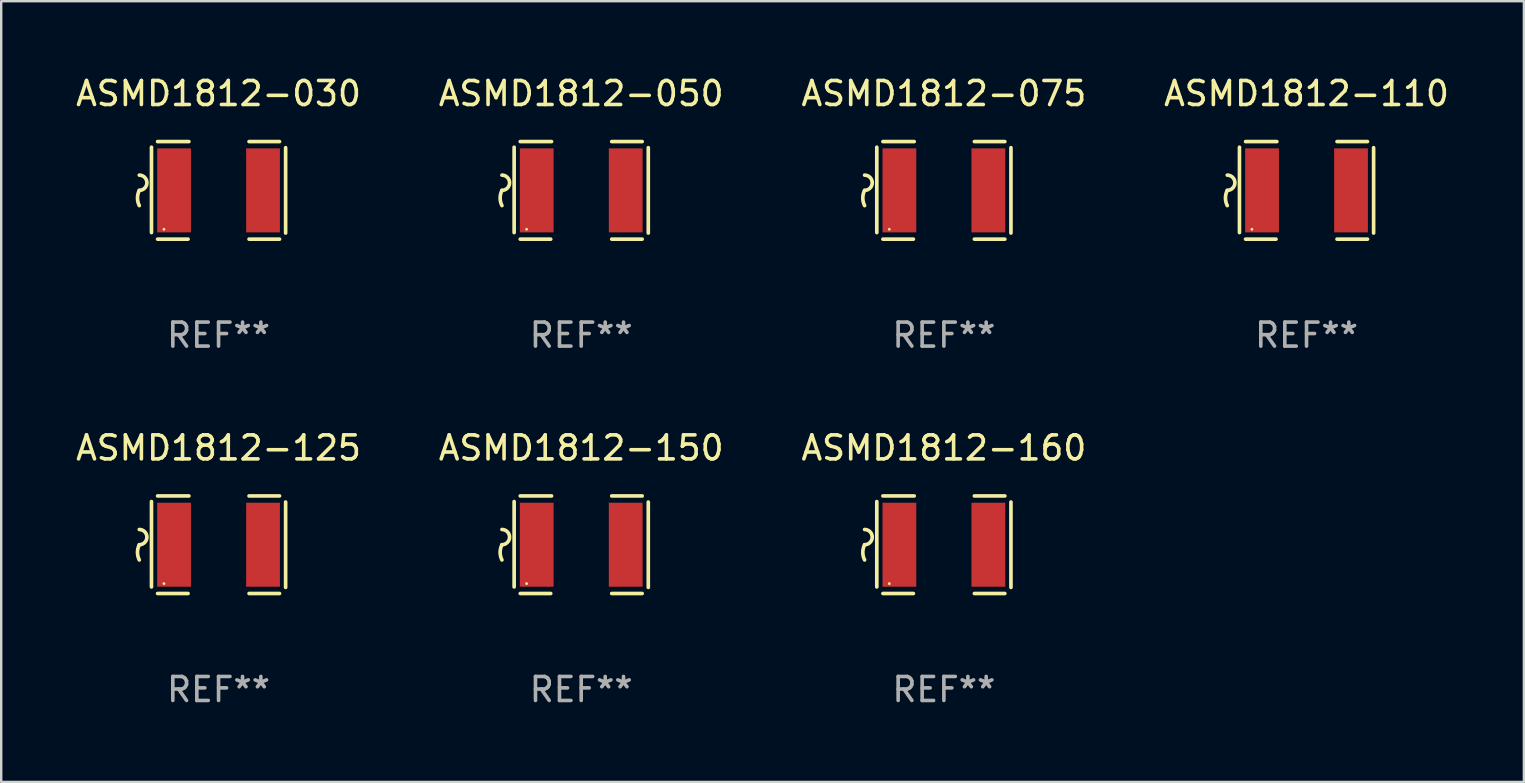
<source format=kicad_pcb>
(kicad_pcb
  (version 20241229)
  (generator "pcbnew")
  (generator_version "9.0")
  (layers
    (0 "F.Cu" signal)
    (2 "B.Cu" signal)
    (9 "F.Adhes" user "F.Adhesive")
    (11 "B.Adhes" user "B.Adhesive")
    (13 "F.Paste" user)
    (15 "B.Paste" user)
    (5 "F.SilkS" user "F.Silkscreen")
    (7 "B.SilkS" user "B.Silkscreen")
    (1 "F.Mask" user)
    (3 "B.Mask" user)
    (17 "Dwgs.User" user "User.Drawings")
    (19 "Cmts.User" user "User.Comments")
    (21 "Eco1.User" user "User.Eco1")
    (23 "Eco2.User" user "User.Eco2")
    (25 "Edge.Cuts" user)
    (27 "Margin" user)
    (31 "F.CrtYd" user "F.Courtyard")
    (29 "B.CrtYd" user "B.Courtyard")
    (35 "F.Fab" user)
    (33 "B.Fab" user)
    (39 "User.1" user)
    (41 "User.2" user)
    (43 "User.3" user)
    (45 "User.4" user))
  (footprint "ASMD1812-030"
    (layer "F.Cu")
    (at 6.054 4.88)
    (property "Reference" "ASMD1812-030" (at 0 -4.032 0) (layer "F.SilkS") (effects (font (size 1 1) (thickness 0.15))))
    (attr through_hole)
    (fp_line (start -2.794 -1.798) (end -2.794 1.758) (stroke (width 0.152) (type solid)) (layer "F.SilkS"))
    (fp_line (start -2.54 -2.032) (end -1.235 -2.032) (stroke (width 0.152) (type solid)) (layer "F.SilkS"))
    (fp_line (start -1.27 2.032) (end -2.54 2.032) (stroke (width 0.152) (type solid)) (layer "F.SilkS"))
    (fp_line (start 1.27 2.032) (end 2.54 2.032) (stroke (width 0.152) (type solid)) (layer "F.SilkS"))
    (fp_line (start 2.54 -2.032) (end 1.27 -2.032) (stroke (width 0.152) (type solid)) (layer "F.SilkS"))
    (fp_line (start 2.794 -1.778) (end 2.794 1.778) (stroke (width 0.152) (type solid)) (layer "F.SilkS"))
    (fp_arc (start -3.302007 -0.635002) (mid -2.984506 -0.317501) (end -3.302007 0) (stroke (width 0.151994) (type solid)) (layer "F.SilkS"))
    (fp_arc (start -3.302007 0.635002) (mid -3.376959 0.317501) (end -3.302007 0) (stroke (width 0.151994) (type solid)) (layer "F.SilkS"))
    (fp_circle (center -2.275 1.62) (end -2.245 1.62) (stroke (width 0.06) (type solid)) (fill no) (layer "F.SilkS"))
    (fp_text user "REF**" (at 0 6.032 0) (layer "F.Fab") (effects (font (size 1 1) (thickness 0.15))))
    (pad "1" smd rect (at -1.853 0) (size 1.407 3.499) (layers "F.Cu" "F.Mask" "F.Paste"))
    (pad "2" smd rect (at 1.853 0) (size 1.407 3.499) (layers "F.Cu" "F.Mask" "F.Paste")))
  (footprint "ASMD1812-110"
    (layer "F.Cu")
    (at 51.375 4.88)
    (property "Reference" "ASMD1812-110" (at 0 -4.032 0) (layer "F.SilkS") (effects (font (size 1 1) (thickness 0.15))))
    (attr through_hole)
    (fp_line (start -2.794 -1.798) (end -2.794 1.758) (stroke (width 0.152) (type solid)) (layer "F.SilkS"))
    (fp_line (start -2.54 -2.032) (end -1.235 -2.032) (stroke (width 0.152) (type solid)) (layer "F.SilkS"))
    (fp_line (start -1.27 2.032) (end -2.54 2.032) (stroke (width 0.152) (type solid)) (layer "F.SilkS"))
    (fp_line (start 1.27 2.032) (end 2.54 2.032) (stroke (width 0.152) (type solid)) (layer "F.SilkS"))
    (fp_line (start 2.54 -2.032) (end 1.27 -2.032) (stroke (width 0.152) (type solid)) (layer "F.SilkS"))
    (fp_line (start 2.794 -1.778) (end 2.794 1.778) (stroke (width 0.152) (type solid)) (layer "F.SilkS"))
    (fp_arc (start -3.302007 -0.635002) (mid -2.984506 -0.317501) (end -3.302007 0) (stroke (width 0.151994) (type solid)) (layer "F.SilkS"))
    (fp_arc (start -3.302007 0.635002) (mid -3.376959 0.317501) (end -3.302007 0) (stroke (width 0.151994) (type solid)) (layer "F.SilkS"))
    (fp_circle (center -2.275 1.62) (end -2.245 1.62) (stroke (width 0.06) (type solid)) (fill no) (layer "F.SilkS"))
    (fp_text user "REF**" (at 0 6.032 0) (layer "F.Fab") (effects (font (size 1 1) (thickness 0.15))))
    (pad "1" smd rect (at -1.853 0) (size 1.407 3.499) (layers "F.Cu" "F.Mask" "F.Paste"))
    (pad "2" smd rect (at 1.853 0) (size 1.407 3.499) (layers "F.Cu" "F.Mask" "F.Paste")))
  (footprint "ASMD1812-125"
    (layer "F.Cu")
    (at 6.054 19.641)
    (property "Reference" "ASMD1812-125" (at 0 -4.032 0) (layer "F.SilkS") (effects (font (size 1 1) (thickness 0.15))))
    (attr through_hole)
    (fp_line (start -2.794 -1.798) (end -2.794 1.758) (stroke (width 0.152) (type solid)) (layer "F.SilkS"))
    (fp_line (start -2.54 -2.032) (end -1.235 -2.032) (stroke (width 0.152) (type solid)) (layer "F.SilkS"))
    (fp_line (start -1.27 2.032) (end -2.54 2.032) (stroke (width 0.152) (type solid)) (layer "F.SilkS"))
    (fp_line (start 1.27 2.032) (end 2.54 2.032) (stroke (width 0.152) (type solid)) (layer "F.SilkS"))
    (fp_line (start 2.54 -2.032) (end 1.27 -2.032) (stroke (width 0.152) (type solid)) (layer "F.SilkS"))
    (fp_line (start 2.794 -1.778) (end 2.794 1.778) (stroke (width 0.152) (type solid)) (layer "F.SilkS"))
    (fp_arc (start -3.302007 -0.635002) (mid -2.984506 -0.317501) (end -3.302007 0) (stroke (width 0.151994) (type solid)) (layer "F.SilkS"))
    (fp_arc (start -3.302007 0.635002) (mid -3.376959 0.317501) (end -3.302007 0) (stroke (width 0.151994) (type solid)) (layer "F.SilkS"))
    (fp_circle (center -2.275 1.62) (end -2.245 1.62) (stroke (width 0.06) (type solid)) (fill no) (layer "F.SilkS"))
    (fp_text user "REF**" (at 0 6.032 0) (layer "F.Fab") (effects (font (size 1 1) (thickness 0.15))))
    (pad "1" smd rect (at -1.853 0) (size 1.407 3.499) (layers "F.Cu" "F.Mask" "F.Paste"))
    (pad "2" smd rect (at 1.853 0) (size 1.407 3.499) (layers "F.Cu" "F.Mask" "F.Paste")))
  (footprint "ASMD1812-075"
    (layer "F.Cu")
    (at 36.268 4.88)
    (property "Reference" "ASMD1812-075" (at 0 -4.032 0) (layer "F.SilkS") (effects (font (size 1 1) (thickness 0.15))))
    (attr through_hole)
    (fp_line (start -2.794 -1.798) (end -2.794 1.758) (stroke (width 0.152) (type solid)) (layer "F.SilkS"))
    (fp_line (start -2.54 -2.032) (end -1.235 -2.032) (stroke (width 0.152) (type solid)) (layer "F.SilkS"))
    (fp_line (start -1.27 2.032) (end -2.54 2.032) (stroke (width 0.152) (type solid)) (layer "F.SilkS"))
    (fp_line (start 1.27 2.032) (end 2.54 2.032) (stroke (width 0.152) (type solid)) (layer "F.SilkS"))
    (fp_line (start 2.54 -2.032) (end 1.27 -2.032) (stroke (width 0.152) (type solid)) (layer "F.SilkS"))
    (fp_line (start 2.794 -1.778) (end 2.794 1.778) (stroke (width 0.152) (type solid)) (layer "F.SilkS"))
    (fp_arc (start -3.302007 -0.635002) (mid -2.984506 -0.317501) (end -3.302007 0) (stroke (width 0.151994) (type solid)) (layer "F.SilkS"))
    (fp_arc (start -3.302007 0.635002) (mid -3.376959 0.317501) (end -3.302007 0) (stroke (width 0.151994) (type solid)) (layer "F.SilkS"))
    (fp_circle (center -2.275 1.62) (end -2.245 1.62) (stroke (width 0.06) (type solid)) (fill no) (layer "F.SilkS"))
    (fp_text user "REF**" (at 0 6.032 0) (layer "F.Fab") (effects (font (size 1 1) (thickness 0.15))))
    (pad "1" smd rect (at -1.853 0) (size 1.407 3.499) (layers "F.Cu" "F.Mask" "F.Paste"))
    (pad "2" smd rect (at 1.853 0) (size 1.407 3.499) (layers "F.Cu" "F.Mask" "F.Paste")))
  (footprint "ASMD1812-050"
    (layer "F.Cu")
    (at 21.161 4.88)
    (property "Reference" "ASMD1812-050" (at 0 -4.032 0) (layer "F.SilkS") (effects (font (size 1 1) (thickness 0.15))))
    (attr through_hole)
    (fp_line (start -2.794 -1.798) (end -2.794 1.758) (stroke (width 0.152) (type solid)) (layer "F.SilkS"))
    (fp_line (start -2.54 -2.032) (end -1.235 -2.032) (stroke (width 0.152) (type solid)) (layer "F.SilkS"))
    (fp_line (start -1.27 2.032) (end -2.54 2.032) (stroke (width 0.152) (type solid)) (layer "F.SilkS"))
    (fp_line (start 1.27 2.032) (end 2.54 2.032) (stroke (width 0.152) (type solid)) (layer "F.SilkS"))
    (fp_line (start 2.54 -2.032) (end 1.27 -2.032) (stroke (width 0.152) (type solid)) (layer "F.SilkS"))
    (fp_line (start 2.794 -1.778) (end 2.794 1.778) (stroke (width 0.152) (type solid)) (layer "F.SilkS"))
    (fp_arc (start -3.302007 -0.635002) (mid -2.984506 -0.317501) (end -3.302007 0) (stroke (width 0.151994) (type solid)) (layer "F.SilkS"))
    (fp_arc (start -3.302007 0.635002) (mid -3.376959 0.317501) (end -3.302007 0) (stroke (width 0.151994) (type solid)) (layer "F.SilkS"))
    (fp_circle (center -2.275 1.62) (end -2.245 1.62) (stroke (width 0.06) (type solid)) (fill no) (layer "F.SilkS"))
    (fp_text user "REF**" (at 0 6.032 0) (layer "F.Fab") (effects (font (size 1 1) (thickness 0.15))))
    (pad "1" smd rect (at -1.853 0) (size 1.407 3.499) (layers "F.Cu" "F.Mask" "F.Paste"))
    (pad "2" smd rect (at 1.853 0) (size 1.407 3.499) (layers "F.Cu" "F.Mask" "F.Paste")))
  (footprint "ASMD1812-160"
    (layer "F.Cu")
    (at 36.268 19.641)
    (property "Reference" "ASMD1812-160" (at 0 -4.032 0) (layer "F.SilkS") (effects (font (size 1 1) (thickness 0.15))))
    (attr through_hole)
    (fp_line (start -2.794 -1.798) (end -2.794 1.758) (stroke (width 0.152) (type solid)) (layer "F.SilkS"))
    (fp_line (start -2.54 -2.032) (end -1.235 -2.032) (stroke (width 0.152) (type solid)) (layer "F.SilkS"))
    (fp_line (start -1.27 2.032) (end -2.54 2.032) (stroke (width 0.152) (type solid)) (layer "F.SilkS"))
    (fp_line (start 1.27 2.032) (end 2.54 2.032) (stroke (width 0.152) (type solid)) (layer "F.SilkS"))
    (fp_line (start 2.54 -2.032) (end 1.27 -2.032) (stroke (width 0.152) (type solid)) (layer "F.SilkS"))
    (fp_line (start 2.794 -1.778) (end 2.794 1.778) (stroke (width 0.152) (type solid)) (layer "F.SilkS"))
    (fp_arc (start -3.302007 -0.635002) (mid -2.984506 -0.317501) (end -3.302007 0) (stroke (width 0.151994) (type solid)) (layer "F.SilkS"))
    (fp_arc (start -3.302007 0.635002) (mid -3.376959 0.317501) (end -3.302007 0) (stroke (width 0.151994) (type solid)) (layer "F.SilkS"))
    (fp_circle (center -2.275 1.62) (end -2.245 1.62) (stroke (width 0.06) (type solid)) (fill no) (layer "F.SilkS"))
    (fp_text user "REF**" (at 0 6.032 0) (layer "F.Fab") (effects (font (size 1 1) (thickness 0.15))))
    (pad "1" smd rect (at -1.853 0) (size 1.407 3.499) (layers "F.Cu" "F.Mask" "F.Paste"))
    (pad "2" smd rect (at 1.853 0) (size 1.407 3.499) (layers "F.Cu" "F.Mask" "F.Paste")))
  (footprint "ASMD1812-150"
    (layer "F.Cu")
    (at 21.161 19.641)
    (property "Reference" "ASMD1812-150" (at 0 -4.032 0) (layer "F.SilkS") (effects (font (size 1 1) (thickness 0.15))))
    (attr through_hole)
    (fp_line (start -2.794 -1.798) (end -2.794 1.758) (stroke (width 0.152) (type solid)) (layer "F.SilkS"))
    (fp_line (start -2.54 -2.032) (end -1.235 -2.032) (stroke (width 0.152) (type solid)) (layer "F.SilkS"))
    (fp_line (start -1.27 2.032) (end -2.54 2.032) (stroke (width 0.152) (type solid)) (layer "F.SilkS"))
    (fp_line (start 1.27 2.032) (end 2.54 2.032) (stroke (width 0.152) (type solid)) (layer "F.SilkS"))
    (fp_line (start 2.54 -2.032) (end 1.27 -2.032) (stroke (width 0.152) (type solid)) (layer "F.SilkS"))
    (fp_line (start 2.794 -1.778) (end 2.794 1.778) (stroke (width 0.152) (type solid)) (layer "F.SilkS"))
    (fp_arc (start -3.302007 -0.635002) (mid -2.984506 -0.317501) (end -3.302007 0) (stroke (width 0.151994) (type solid)) (layer "F.SilkS"))
    (fp_arc (start -3.302007 0.635002) (mid -3.376959 0.317501) (end -3.302007 0) (stroke (width 0.151994) (type solid)) (layer "F.SilkS"))
    (fp_circle (center -2.275 1.62) (end -2.245 1.62) (stroke (width 0.06) (type solid)) (fill no) (layer "F.SilkS"))
    (fp_text user "REF**" (at 0 6.032 0) (layer "F.Fab") (effects (font (size 1 1) (thickness 0.15))))
    (pad "1" smd rect (at -1.853 0) (size 1.407 3.499) (layers "F.Cu" "F.Mask" "F.Paste"))
    (pad "2" smd rect (at 1.853 0) (size 1.407 3.499) (layers "F.Cu" "F.Mask" "F.Paste")))
  (gr_rect
    (start -3 -3)
    (end 60.429 29.521)
    (stroke (width 0.1) (type default))
    (fill no)
    (layer "Edge.Cuts")))
</source>
